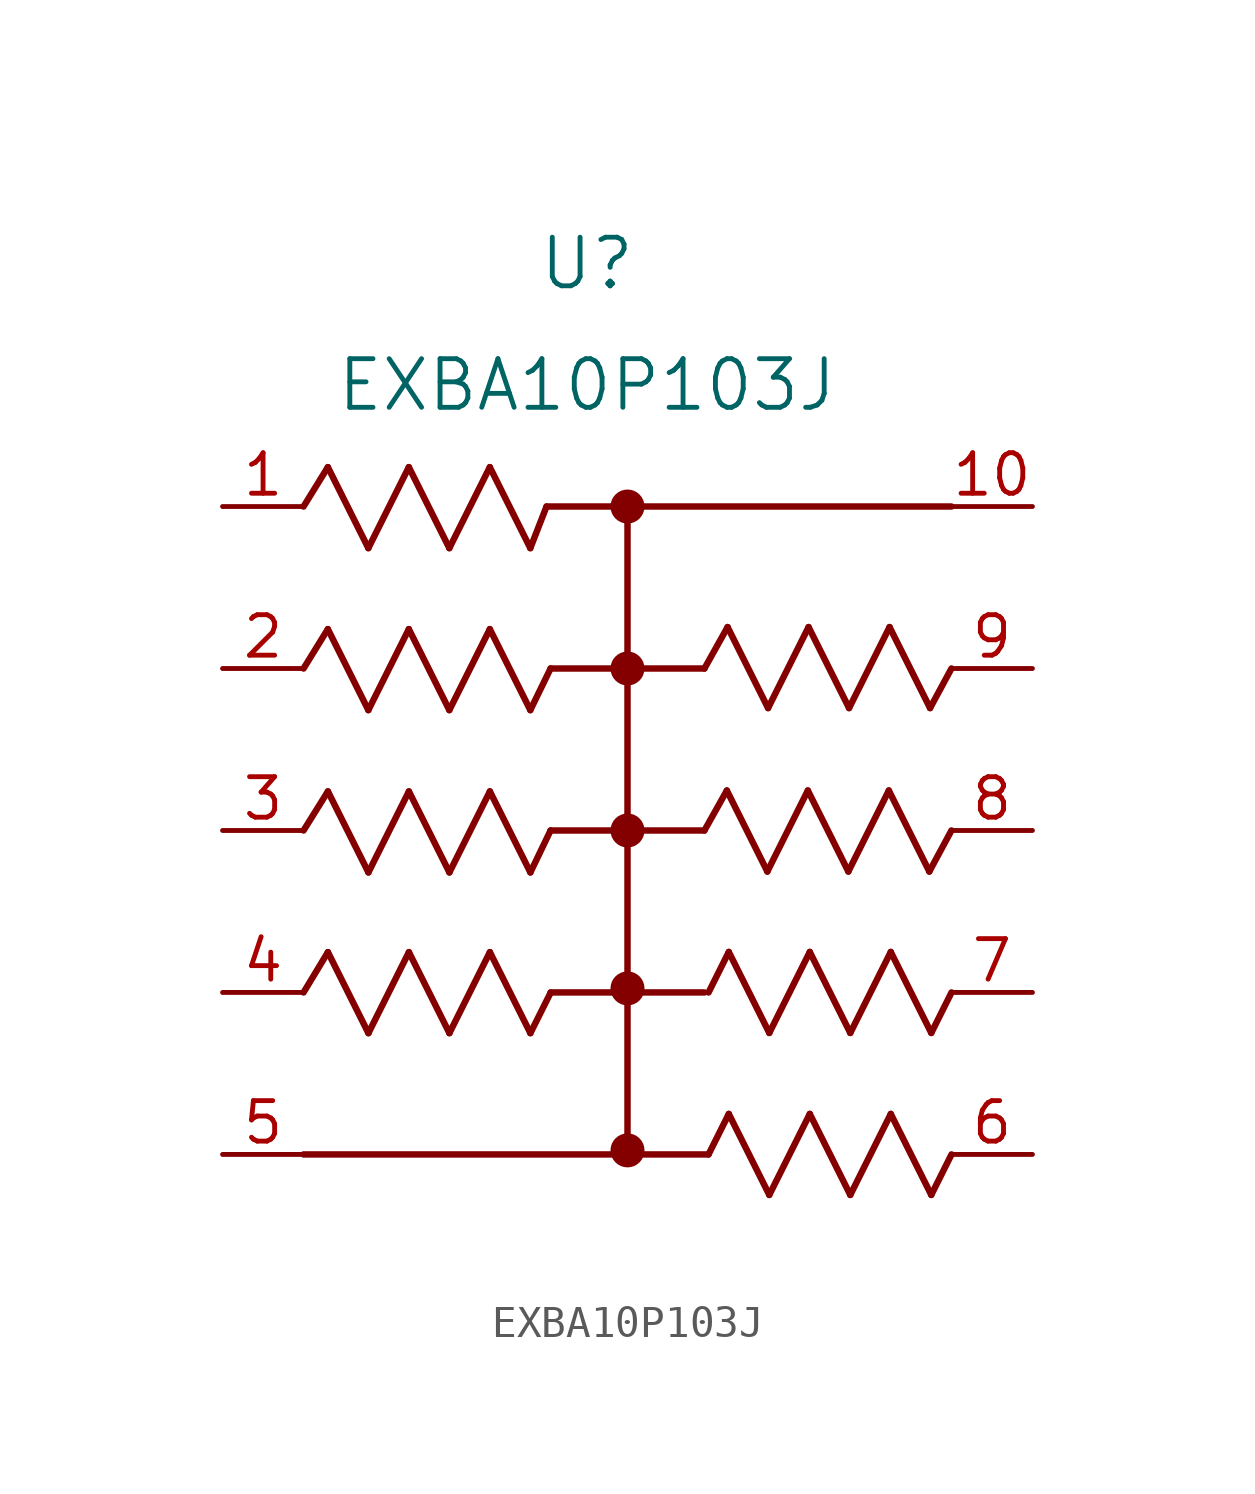
<source format=kicad_sym>
(kicad_symbol_lib
  (version 20211014)
  (generator kicad_symbol_editor)
  (symbol "EXBA10P103J"
    (pin_names
      (offset 0.254))
    (property "Reference" "U"
      (at 11.43 7.62 0)
      (effects (font (size 1.524 1.524))))
    (property "Value" "EXBA10P103J"
      (at 11.43 3.81 0)
      (effects (font (size 1.524 1.524))))
    (symbol "EXBA10P103J_0_1"
      (polyline (pts (xy 12.7 -20.32) (xy 15.24 -20.32)) (stroke (width 0.203) (type default) (color 0 0 0 0)) (fill (type none)))
      (polyline (pts (xy 12.7 0) (xy 12.7 -20.32)) (stroke (width 0.203) (type default) (color 0 0 0 0)) (fill (type none)))
      (polyline (pts (xy 2.54 -20.32) (xy 12.7 -20.32)) (stroke (width 0.203) (type default) (color 0 0 0 0)) (fill (type none)))
      (polyline (pts (xy 12.7 0) (xy 22.86 0)) (stroke (width 0.203) (type default) (color 0 0 0 0)) (fill (type none)))
      (polyline (pts (xy 10.16 0) (xy 12.7 0)) (stroke (width 0.203) (type default) (color 0 0 0 0)) (fill (type none)))
      (polyline (pts (xy 9.652 -1.305) (xy 10.16 0)) (stroke (width 0.203) (type default) (color 0 0 0 0)) (fill (type none)))
      (polyline (pts (xy 3.302 -3.845) (xy 4.572 -6.385)) (stroke (width 0.203) (type default) (color 0 0 0 0)) (fill (type none)))
      (polyline (pts (xy 4.572 -6.385) (xy 5.842 -3.845)) (stroke (width 0.203) (type default) (color 0 0 0 0)) (fill (type none)))
      (polyline (pts (xy 5.842 -3.845) (xy 7.112 -6.385)) (stroke (width 0.203) (type default) (color 0 0 0 0)) (fill (type none)))
      (polyline (pts (xy 7.112 -6.385) (xy 8.382 -3.845)) (stroke (width 0.203) (type default) (color 0 0 0 0)) (fill (type none)))
      (polyline (pts (xy 8.382 -3.845) (xy 9.652 -6.385)) (stroke (width 0.203) (type default) (color 0 0 0 0)) (fill (type none)))
      (polyline (pts (xy 2.54 -5.08) (xy 3.302 -3.845)) (stroke (width 0.203) (type default) (color 0 0 0 0)) (fill (type none)))
      (polyline (pts (xy 9.652 -6.385) (xy 10.287 -5.08)) (stroke (width 0.203) (type default) (color 0 0 0 0)) (fill (type none)))
      (polyline (pts (xy 3.304 -8.935) (xy 4.574 -11.475)) (stroke (width 0.203) (type default) (color 0 0 0 0)) (fill (type none)))
      (polyline (pts (xy 4.574 -11.475) (xy 5.844 -8.935)) (stroke (width 0.203) (type default) (color 0 0 0 0)) (fill (type none)))
      (polyline (pts (xy 5.844 -8.935) (xy 7.114 -11.475)) (stroke (width 0.203) (type default) (color 0 0 0 0)) (fill (type none)))
      (polyline (pts (xy 7.114 -11.475) (xy 8.384 -8.935)) (stroke (width 0.203) (type default) (color 0 0 0 0)) (fill (type none)))
      (polyline (pts (xy 8.384 -8.935) (xy 9.654 -11.475)) (stroke (width 0.203) (type default) (color 0 0 0 0)) (fill (type none)))
      (polyline (pts (xy 2.54 -10.16) (xy 3.304 -8.935)) (stroke (width 0.203) (type default) (color 0 0 0 0)) (fill (type none)))
      (polyline (pts (xy 9.654 -11.475) (xy 10.287 -10.16)) (stroke (width 0.203) (type default) (color 0 0 0 0)) (fill (type none)))
      (polyline (pts (xy 3.304 -13.976) (xy 4.574 -16.516)) (stroke (width 0.203) (type default) (color 0 0 0 0)) (fill (type none)))
      (polyline (pts (xy 4.574 -16.516) (xy 5.844 -13.976)) (stroke (width 0.203) (type default) (color 0 0 0 0)) (fill (type none)))
      (polyline (pts (xy 5.844 -13.976) (xy 7.114 -16.516)) (stroke (width 0.203) (type default) (color 0 0 0 0)) (fill (type none)))
      (polyline (pts (xy 7.114 -16.516) (xy 8.384 -13.976)) (stroke (width 0.203) (type default) (color 0 0 0 0)) (fill (type none)))
      (polyline (pts (xy 8.384 -13.976) (xy 9.654 -16.516)) (stroke (width 0.203) (type default) (color 0 0 0 0)) (fill (type none)))
      (polyline (pts (xy 2.54 -15.24) (xy 3.304 -13.976)) (stroke (width 0.203) (type default) (color 0 0 0 0)) (fill (type none)))
      (polyline (pts (xy 9.654 -16.516) (xy 10.289 -15.246)) (stroke (width 0.203) (type default) (color 0 0 0 0)) (fill (type none)))
      (polyline (pts (xy 15.839 -3.781) (xy 17.109 -6.321)) (stroke (width 0.203) (type default) (color 0 0 0 0)) (fill (type none)))
      (polyline (pts (xy 17.109 -6.321) (xy 18.379 -3.781)) (stroke (width 0.203) (type default) (color 0 0 0 0)) (fill (type none)))
      (polyline (pts (xy 18.379 -3.781) (xy 19.649 -6.321)) (stroke (width 0.203) (type default) (color 0 0 0 0)) (fill (type none)))
      (polyline (pts (xy 19.649 -6.321) (xy 20.919 -3.781)) (stroke (width 0.203) (type default) (color 0 0 0 0)) (fill (type none)))
      (polyline (pts (xy 20.919 -3.781) (xy 22.189 -6.321)) (stroke (width 0.203) (type default) (color 0 0 0 0)) (fill (type none)))
      (polyline (pts (xy 15.113 -5.08) (xy 15.839 -3.781)) (stroke (width 0.203) (type default) (color 0 0 0 0)) (fill (type none)))
      (polyline (pts (xy 22.189 -6.321) (xy 22.86 -5.08)) (stroke (width 0.203) (type default) (color 0 0 0 0)) (fill (type none)))
      (polyline (pts (xy 15.816 -8.907) (xy 17.086 -11.447)) (stroke (width 0.203) (type default) (color 0 0 0 0)) (fill (type none)))
      (polyline (pts (xy 17.086 -11.447) (xy 18.356 -8.907)) (stroke (width 0.203) (type default) (color 0 0 0 0)) (fill (type none)))
      (polyline (pts (xy 18.356 -8.907) (xy 19.626 -11.447)) (stroke (width 0.203) (type default) (color 0 0 0 0)) (fill (type none)))
      (polyline (pts (xy 19.626 -11.447) (xy 20.896 -8.907)) (stroke (width 0.203) (type default) (color 0 0 0 0)) (fill (type none)))
      (polyline (pts (xy 20.896 -8.907) (xy 22.166 -11.447)) (stroke (width 0.203) (type default) (color 0 0 0 0)) (fill (type none)))
      (polyline (pts (xy 15.113 -10.16) (xy 15.816 -8.907)) (stroke (width 0.203) (type default) (color 0 0 0 0)) (fill (type none)))
      (polyline (pts (xy 22.166 -11.447) (xy 22.86 -10.16)) (stroke (width 0.203) (type default) (color 0 0 0 0)) (fill (type none)))
      (polyline (pts (xy 15.877 -13.97) (xy 17.147 -16.51)) (stroke (width 0.203) (type default) (color 0 0 0 0)) (fill (type none)))
      (polyline (pts (xy 17.147 -16.51) (xy 18.417 -13.97)) (stroke (width 0.203) (type default) (color 0 0 0 0)) (fill (type none)))
      (polyline (pts (xy 18.417 -13.97) (xy 19.687 -16.51)) (stroke (width 0.203) (type default) (color 0 0 0 0)) (fill (type none)))
      (polyline (pts (xy 19.687 -16.51) (xy 20.957 -13.97)) (stroke (width 0.203) (type default) (color 0 0 0 0)) (fill (type none)))
      (polyline (pts (xy 20.957 -13.97) (xy 22.227 -16.51)) (stroke (width 0.203) (type default) (color 0 0 0 0)) (fill (type none)))
      (polyline (pts (xy 10.287 -5.08) (xy 15.113 -5.08)) (stroke (width 0.203) (type default) (color 0 0 0 0)) (fill (type none)))
      (polyline (pts (xy 10.287 -10.16) (xy 15.113 -10.16)) (stroke (width 0.203) (type default) (color 0 0 0 0)) (fill (type none)))
      (polyline (pts (xy 10.287 -15.24) (xy 15.113 -15.24)) (stroke (width 0.203) (type default) (color 0 0 0 0)) (fill (type none)))
      (polyline (pts (xy 15.242 -15.24) (xy 15.877 -13.97)) (stroke (width 0.203) (type default) (color 0 0 0 0)) (fill (type none)))
      (polyline (pts (xy 22.227 -16.51) (xy 22.862 -15.24)) (stroke (width 0.203) (type default) (color 0 0 0 0)) (fill (type none)))
      (circle (center 12.691 -5.082) (radius 0.127) (stroke (width 0.127) (type default) (color 0 0 0 0)) (fill (type none)))
      (circle (center 12.7 -5.091) (radius 0.203) (stroke (width 0.127) (type default) (color 0 0 0 0)) (fill (type none)))
      (circle (center 12.691 -10.162) (radius 0.127) (stroke (width 0.127) (type default) (color 0 0 0 0)) (fill (type none)))
      (circle (center 12.7 -10.171) (radius 0.203) (stroke (width 0.127) (type default) (color 0 0 0 0)) (fill (type none)))
      (circle (center 12.7 -10.16) (radius 0.381) (stroke (width 0.305) (type default) (color 0 0 0 0)) (fill (type none)))
      (circle (center 12.691 -15.115) (radius 0.127) (stroke (width 0.127) (type default) (color 0 0 0 0)) (fill (type none)))
      (circle (center 12.7 -15.124) (radius 0.203) (stroke (width 0.127) (type default) (color 0 0 0 0)) (fill (type none)))
      (circle (center 12.7 -15.113) (radius 0.381) (stroke (width 0.305) (type default) (color 0 0 0 0)) (fill (type none)))
      (circle (center 12.7 -5.08) (radius 0.381) (stroke (width 0.305) (type default) (color 0 0 0 0)) (fill (type none)))
      (circle (center 12.691 -20.195) (radius 0.127) (stroke (width 0.127) (type default) (color 0 0 0 0)) (fill (type none)))
      (circle (center 12.7 -20.204) (radius 0.203) (stroke (width 0.127) (type default) (color 0 0 0 0)) (fill (type none)))
      (circle (center 12.7 -20.193) (radius 0.381) (stroke (width 0.305) (type default) (color 0 0 0 0)) (fill (type none)))
      (polyline (pts (xy 3.302 1.235) (xy 4.572 -1.305)) (stroke (width 0.203) (type default) (color 0 0 0 0)) (fill (type none)))
      (polyline (pts (xy 4.572 -1.305) (xy 5.842 1.235)) (stroke (width 0.203) (type default) (color 0 0 0 0)) (fill (type none)))
      (polyline (pts (xy 5.842 1.235) (xy 7.112 -1.305)) (stroke (width 0.203) (type default) (color 0 0 0 0)) (fill (type none)))
      (polyline (pts (xy 7.112 -1.305) (xy 8.382 1.235)) (stroke (width 0.203) (type default) (color 0 0 0 0)) (fill (type none)))
      (polyline (pts (xy 8.382 1.235) (xy 9.652 -1.305)) (stroke (width 0.203) (type default) (color 0 0 0 0)) (fill (type none)))
      (polyline (pts (xy 2.54 0) (xy 3.302 1.235)) (stroke (width 0.203) (type default) (color 0 0 0 0)) (fill (type none)))
      (circle (center 12.691 0) (radius 0.127) (stroke (width 0.127) (type default) (color 0 0 0 0)) (fill (type none)))
      (circle (center 12.7 -0.011) (radius 0.203) (stroke (width 0.127) (type default) (color 0 0 0 0)) (fill (type none)))
      (circle (center 12.7 0) (radius 0.381) (stroke (width 0.305) (type default) (color 0 0 0 0)) (fill (type none)))
      (polyline (pts (xy 15.877 -19.05) (xy 17.147 -21.59)) (stroke (width 0.203) (type default) (color 0 0 0 0)) (fill (type none)))
      (polyline (pts (xy 17.147 -21.59) (xy 18.417 -19.05)) (stroke (width 0.203) (type default) (color 0 0 0 0)) (fill (type none)))
      (polyline (pts (xy 18.417 -19.05) (xy 19.687 -21.59)) (stroke (width 0.203) (type default) (color 0 0 0 0)) (fill (type none)))
      (polyline (pts (xy 19.687 -21.59) (xy 20.957 -19.05)) (stroke (width 0.203) (type default) (color 0 0 0 0)) (fill (type none)))
      (polyline (pts (xy 20.957 -19.05) (xy 22.227 -21.59)) (stroke (width 0.203) (type default) (color 0 0 0 0)) (fill (type none)))
      (polyline (pts (xy 15.242 -20.32) (xy 15.877 -19.05)) (stroke (width 0.203) (type default) (color 0 0 0 0)) (fill (type none)))
      (polyline (pts (xy 22.227 -21.59) (xy 22.862 -20.32)) (stroke (width 0.203) (type default) (color 0 0 0 0)) (fill (type none)))
      (pin unspecified line (at 0 0 0) (length 2.54) (name "" (effects (font (size 1.27 1.27)))) (number "1" (effects (font (size 1.27 1.27)))))
      (pin unspecified line (at 0 -5.08 0) (length 2.54) (name "" (effects (font (size 1.27 1.27)))) (number "2" (effects (font (size 1.27 1.27)))))
      (pin unspecified line (at 0 -10.16 0) (length 2.54) (name "" (effects (font (size 1.27 1.27)))) (number "3" (effects (font (size 1.27 1.27)))))
      (pin unspecified line (at 0 -15.24 0) (length 2.54) (name "" (effects (font (size 1.27 1.27)))) (number "4" (effects (font (size 1.27 1.27)))))
      (pin unspecified line (at 0 -20.32 0) (length 2.54) (name "" (effects (font (size 1.27 1.27)))) (number "5" (effects (font (size 1.27 1.27)))))
      (pin unspecified line (at 25.4 -20.32 180) (length 2.54) (name "" (effects (font (size 1.27 1.27)))) (number "6" (effects (font (size 1.27 1.27)))))
      (pin unspecified line (at 25.4 -15.24 180) (length 2.54) (name "" (effects (font (size 1.27 1.27)))) (number "7" (effects (font (size 1.27 1.27)))))
      (pin unspecified line (at 25.4 -10.16 180) (length 2.54) (name "" (effects (font (size 1.27 1.27)))) (number "8" (effects (font (size 1.27 1.27)))))
      (pin unspecified line (at 25.4 -5.08 180) (length 2.54) (name "" (effects (font (size 1.27 1.27)))) (number "9" (effects (font (size 1.27 1.27)))))
      (pin unspecified line (at 25.4 0 180) (length 2.54) (name "" (effects (font (size 1.27 1.27)))) (number "10" (effects (font (size 1.27 1.27))))))))
</source>
